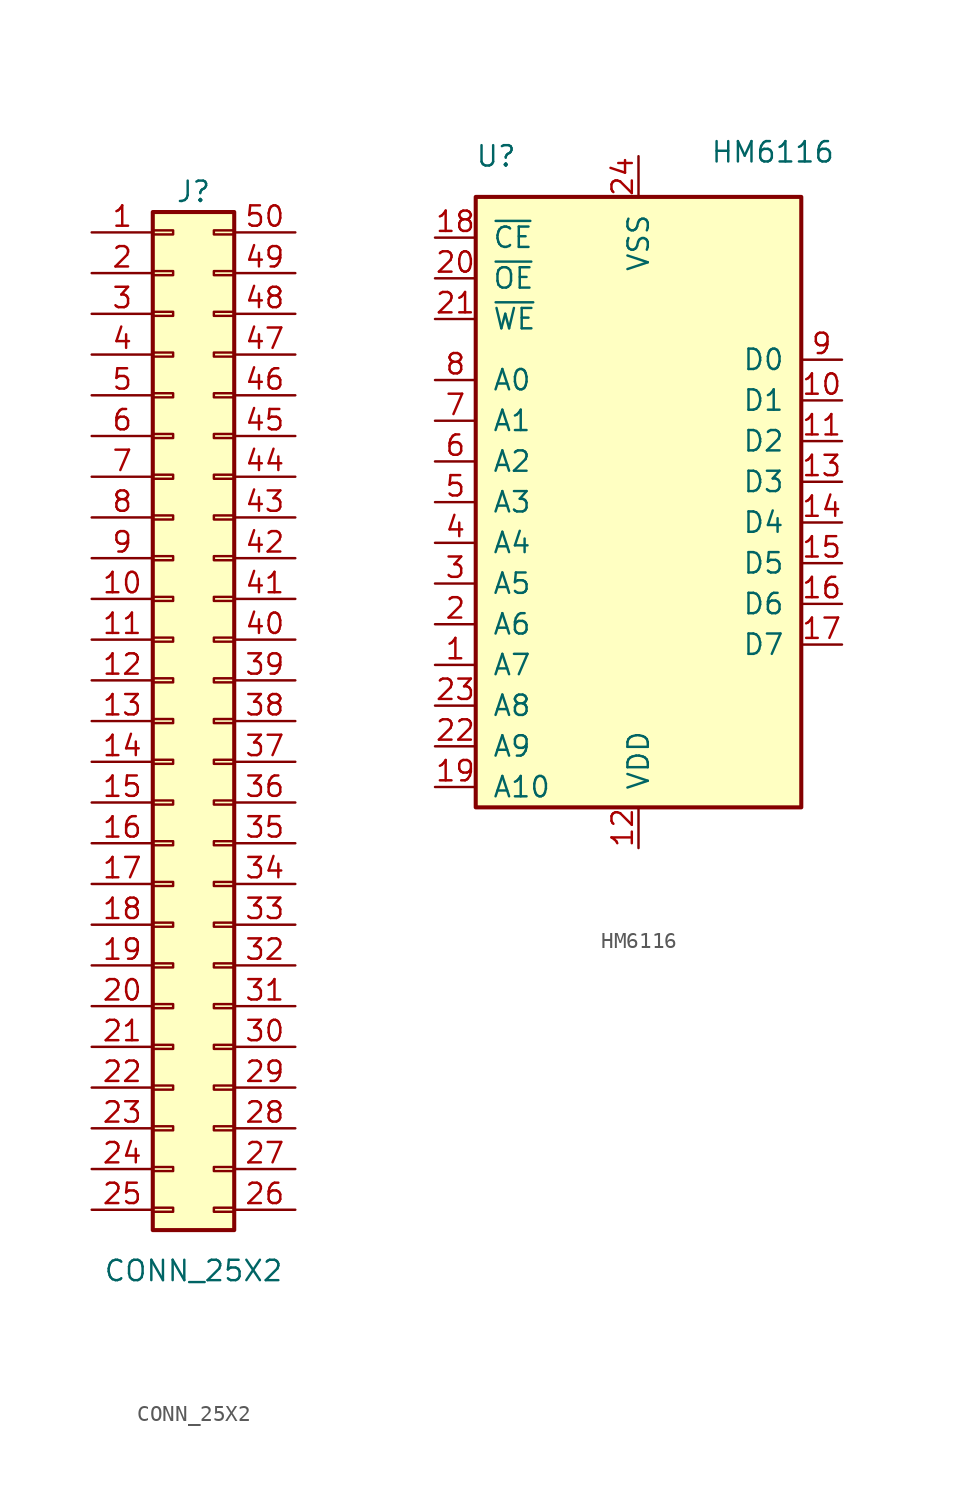
<source format=kicad_sym>
(kicad_symbol_lib
  (version 20211014)
  (generator kicad_symbol_editor)
  (symbol "CONN_25X2"
    (pin_names
      (offset 1.016) hide)
    (property "Reference" "J"
      (at 0 33.02 0)
      (effects (font (size 1.27 1.27))))
    (property "Value" "CONN_25X2"
      (at 0 -34.29 0)
      (effects (font (size 1.27 1.27))))
    (symbol "CONN_25X2_1_1"
      (rectangle (start -2.54 -30.353) (end -1.27 -30.607) (stroke (width 0.152) (type default) (color 0 0 0 0)) (fill (type none)))
      (rectangle (start -2.54 -27.813) (end -1.27 -28.067) (stroke (width 0.152) (type default) (color 0 0 0 0)) (fill (type none)))
      (rectangle (start -2.54 -25.273) (end -1.27 -25.527) (stroke (width 0.152) (type default) (color 0 0 0 0)) (fill (type none)))
      (rectangle (start -2.54 -22.733) (end -1.27 -22.987) (stroke (width 0.152) (type default) (color 0 0 0 0)) (fill (type none)))
      (rectangle (start -2.54 -20.193) (end -1.27 -20.447) (stroke (width 0.152) (type default) (color 0 0 0 0)) (fill (type none)))
      (rectangle (start -2.54 -17.653) (end -1.27 -17.907) (stroke (width 0.152) (type default) (color 0 0 0 0)) (fill (type none)))
      (rectangle (start -2.54 -15.113) (end -1.27 -15.367) (stroke (width 0.152) (type default) (color 0 0 0 0)) (fill (type none)))
      (rectangle (start -2.54 -12.573) (end -1.27 -12.827) (stroke (width 0.152) (type default) (color 0 0 0 0)) (fill (type none)))
      (rectangle (start -2.54 -10.033) (end -1.27 -10.287) (stroke (width 0.152) (type default) (color 0 0 0 0)) (fill (type none)))
      (rectangle (start -2.54 -7.493) (end -1.27 -7.747) (stroke (width 0.152) (type default) (color 0 0 0 0)) (fill (type none)))
      (rectangle (start -2.54 -4.953) (end -1.27 -5.207) (stroke (width 0.152) (type default) (color 0 0 0 0)) (fill (type none)))
      (rectangle (start -2.54 -2.413) (end -1.27 -2.667) (stroke (width 0.152) (type default) (color 0 0 0 0)) (fill (type none)))
      (rectangle (start -2.54 0.127) (end -1.27 -0.127) (stroke (width 0.152) (type default) (color 0 0 0 0)) (fill (type none)))
      (rectangle (start -2.54 2.667) (end -1.27 2.413) (stroke (width 0.152) (type default) (color 0 0 0 0)) (fill (type none)))
      (rectangle (start -2.54 5.207) (end -1.27 4.953) (stroke (width 0.152) (type default) (color 0 0 0 0)) (fill (type none)))
      (rectangle (start -2.54 7.747) (end -1.27 7.493) (stroke (width 0.152) (type default) (color 0 0 0 0)) (fill (type none)))
      (rectangle (start -2.54 10.287) (end -1.27 10.033) (stroke (width 0.152) (type default) (color 0 0 0 0)) (fill (type none)))
      (rectangle (start -2.54 12.827) (end -1.27 12.573) (stroke (width 0.152) (type default) (color 0 0 0 0)) (fill (type none)))
      (rectangle (start -2.54 15.367) (end -1.27 15.113) (stroke (width 0.152) (type default) (color 0 0 0 0)) (fill (type none)))
      (rectangle (start -2.54 17.907) (end -1.27 17.653) (stroke (width 0.152) (type default) (color 0 0 0 0)) (fill (type none)))
      (rectangle (start -2.54 20.447) (end -1.27 20.193) (stroke (width 0.152) (type default) (color 0 0 0 0)) (fill (type none)))
      (rectangle (start -2.54 22.987) (end -1.27 22.733) (stroke (width 0.152) (type default) (color 0 0 0 0)) (fill (type none)))
      (rectangle (start -2.54 25.527) (end -1.27 25.273) (stroke (width 0.152) (type default) (color 0 0 0 0)) (fill (type none)))
      (rectangle (start -2.54 28.067) (end -1.27 27.813) (stroke (width 0.152) (type default) (color 0 0 0 0)) (fill (type none)))
      (rectangle (start -2.54 30.607) (end -1.27 30.353) (stroke (width 0.152) (type default) (color 0 0 0 0)) (fill (type none)))
      (rectangle (start -2.54 31.75) (end 2.54 -31.75) (stroke (width 0.254) (type default) (color 0 0 0 0)) (fill (type background)))
      (rectangle (start 2.54 -30.353) (end 1.27 -30.607) (stroke (width 0.152) (type default) (color 0 0 0 0)) (fill (type none)))
      (rectangle (start 2.54 -27.813) (end 1.27 -28.067) (stroke (width 0.152) (type default) (color 0 0 0 0)) (fill (type none)))
      (rectangle (start 2.54 -25.273) (end 1.27 -25.527) (stroke (width 0.152) (type default) (color 0 0 0 0)) (fill (type none)))
      (rectangle (start 2.54 -22.733) (end 1.27 -22.987) (stroke (width 0.152) (type default) (color 0 0 0 0)) (fill (type none)))
      (rectangle (start 2.54 -20.193) (end 1.27 -20.447) (stroke (width 0.152) (type default) (color 0 0 0 0)) (fill (type none)))
      (rectangle (start 2.54 -17.653) (end 1.27 -17.907) (stroke (width 0.152) (type default) (color 0 0 0 0)) (fill (type none)))
      (rectangle (start 2.54 -15.113) (end 1.27 -15.367) (stroke (width 0.152) (type default) (color 0 0 0 0)) (fill (type none)))
      (rectangle (start 2.54 -12.573) (end 1.27 -12.827) (stroke (width 0.152) (type default) (color 0 0 0 0)) (fill (type none)))
      (rectangle (start 2.54 -10.033) (end 1.27 -10.287) (stroke (width 0.152) (type default) (color 0 0 0 0)) (fill (type none)))
      (rectangle (start 2.54 -7.493) (end 1.27 -7.747) (stroke (width 0.152) (type default) (color 0 0 0 0)) (fill (type none)))
      (rectangle (start 2.54 -4.953) (end 1.27 -5.207) (stroke (width 0.152) (type default) (color 0 0 0 0)) (fill (type none)))
      (rectangle (start 2.54 -2.413) (end 1.27 -2.667) (stroke (width 0.152) (type default) (color 0 0 0 0)) (fill (type none)))
      (rectangle (start 2.54 0.127) (end 1.27 -0.127) (stroke (width 0.152) (type default) (color 0 0 0 0)) (fill (type none)))
      (rectangle (start 2.54 2.667) (end 1.27 2.413) (stroke (width 0.152) (type default) (color 0 0 0 0)) (fill (type none)))
      (rectangle (start 2.54 5.207) (end 1.27 4.953) (stroke (width 0.152) (type default) (color 0 0 0 0)) (fill (type none)))
      (rectangle (start 2.54 7.747) (end 1.27 7.493) (stroke (width 0.152) (type default) (color 0 0 0 0)) (fill (type none)))
      (rectangle (start 2.54 10.287) (end 1.27 10.033) (stroke (width 0.152) (type default) (color 0 0 0 0)) (fill (type none)))
      (rectangle (start 2.54 12.827) (end 1.27 12.573) (stroke (width 0.152) (type default) (color 0 0 0 0)) (fill (type none)))
      (rectangle (start 2.54 15.367) (end 1.27 15.113) (stroke (width 0.152) (type default) (color 0 0 0 0)) (fill (type none)))
      (rectangle (start 2.54 17.907) (end 1.27 17.653) (stroke (width 0.152) (type default) (color 0 0 0 0)) (fill (type none)))
      (rectangle (start 2.54 20.447) (end 1.27 20.193) (stroke (width 0.152) (type default) (color 0 0 0 0)) (fill (type none)))
      (rectangle (start 2.54 22.987) (end 1.27 22.733) (stroke (width 0.152) (type default) (color 0 0 0 0)) (fill (type none)))
      (rectangle (start 2.54 25.527) (end 1.27 25.273) (stroke (width 0.152) (type default) (color 0 0 0 0)) (fill (type none)))
      (rectangle (start 2.54 28.067) (end 1.27 27.813) (stroke (width 0.152) (type default) (color 0 0 0 0)) (fill (type none)))
      (rectangle (start 2.54 30.607) (end 1.27 30.353) (stroke (width 0.152) (type default) (color 0 0 0 0)) (fill (type none)))
      (pin passive line (at -6.35 30.48 0) (length 3.81) (name "~" (effects (font (size 1.27 1.27)))) (number "1" (effects (font (size 1.27 1.27)))))
      (pin passive line (at -6.35 7.62 0) (length 3.81) (name "~" (effects (font (size 1.27 1.27)))) (number "10" (effects (font (size 1.27 1.27)))))
      (pin passive line (at -6.35 5.08 0) (length 3.81) (name "~" (effects (font (size 1.27 1.27)))) (number "11" (effects (font (size 1.27 1.27)))))
      (pin passive line (at -6.35 2.54 0) (length 3.81) (name "~" (effects (font (size 1.27 1.27)))) (number "12" (effects (font (size 1.27 1.27)))))
      (pin passive line (at -6.35 0 0) (length 3.81) (name "~" (effects (font (size 1.27 1.27)))) (number "13" (effects (font (size 1.27 1.27)))))
      (pin passive line (at -6.35 -2.54 0) (length 3.81) (name "~" (effects (font (size 1.27 1.27)))) (number "14" (effects (font (size 1.27 1.27)))))
      (pin passive line (at -6.35 -5.08 0) (length 3.81) (name "~" (effects (font (size 1.27 1.27)))) (number "15" (effects (font (size 1.27 1.27)))))
      (pin passive line (at -6.35 -7.62 0) (length 3.81) (name "~" (effects (font (size 1.27 1.27)))) (number "16" (effects (font (size 1.27 1.27)))))
      (pin passive line (at -6.35 -10.16 0) (length 3.81) (name "~" (effects (font (size 1.27 1.27)))) (number "17" (effects (font (size 1.27 1.27)))))
      (pin passive line (at -6.35 -12.7 0) (length 3.81) (name "~" (effects (font (size 1.27 1.27)))) (number "18" (effects (font (size 1.27 1.27)))))
      (pin passive line (at -6.35 -15.24 0) (length 3.81) (name "~" (effects (font (size 1.27 1.27)))) (number "19" (effects (font (size 1.27 1.27)))))
      (pin passive line (at -6.35 27.94 0) (length 3.81) (name "~" (effects (font (size 1.27 1.27)))) (number "2" (effects (font (size 1.27 1.27)))))
      (pin passive line (at -6.35 -17.78 0) (length 3.81) (name "~" (effects (font (size 1.27 1.27)))) (number "20" (effects (font (size 1.27 1.27)))))
      (pin passive line (at -6.35 -20.32 0) (length 3.81) (name "~" (effects (font (size 1.27 1.27)))) (number "21" (effects (font (size 1.27 1.27)))))
      (pin passive line (at -6.35 -22.86 0) (length 3.81) (name "~" (effects (font (size 1.27 1.27)))) (number "22" (effects (font (size 1.27 1.27)))))
      (pin passive line (at -6.35 -25.4 0) (length 3.81) (name "~" (effects (font (size 1.27 1.27)))) (number "23" (effects (font (size 1.27 1.27)))))
      (pin passive line (at -6.35 -27.94 0) (length 3.81) (name "~" (effects (font (size 1.27 1.27)))) (number "24" (effects (font (size 1.27 1.27)))))
      (pin passive line (at -6.35 -30.48 0) (length 3.81) (name "~" (effects (font (size 1.27 1.27)))) (number "25" (effects (font (size 1.27 1.27)))))
      (pin passive line (at 6.35 -30.48 180) (length 3.81) (name "~" (effects (font (size 1.27 1.27)))) (number "26" (effects (font (size 1.27 1.27)))))
      (pin passive line (at 6.35 -27.94 180) (length 3.81) (name "~" (effects (font (size 1.27 1.27)))) (number "27" (effects (font (size 1.27 1.27)))))
      (pin passive line (at 6.35 -25.4 180) (length 3.81) (name "~" (effects (font (size 1.27 1.27)))) (number "28" (effects (font (size 1.27 1.27)))))
      (pin passive line (at 6.35 -22.86 180) (length 3.81) (name "~" (effects (font (size 1.27 1.27)))) (number "29" (effects (font (size 1.27 1.27)))))
      (pin passive line (at -6.35 25.4 0) (length 3.81) (name "~" (effects (font (size 1.27 1.27)))) (number "3" (effects (font (size 1.27 1.27)))))
      (pin passive line (at 6.35 -20.32 180) (length 3.81) (name "~" (effects (font (size 1.27 1.27)))) (number "30" (effects (font (size 1.27 1.27)))))
      (pin passive line (at 6.35 -17.78 180) (length 3.81) (name "~" (effects (font (size 1.27 1.27)))) (number "31" (effects (font (size 1.27 1.27)))))
      (pin passive line (at 6.35 -15.24 180) (length 3.81) (name "~" (effects (font (size 1.27 1.27)))) (number "32" (effects (font (size 1.27 1.27)))))
      (pin passive line (at 6.35 -12.7 180) (length 3.81) (name "~" (effects (font (size 1.27 1.27)))) (number "33" (effects (font (size 1.27 1.27)))))
      (pin passive line (at 6.35 -10.16 180) (length 3.81) (name "~" (effects (font (size 1.27 1.27)))) (number "34" (effects (font (size 1.27 1.27)))))
      (pin passive line (at 6.35 -7.62 180) (length 3.81) (name "~" (effects (font (size 1.27 1.27)))) (number "35" (effects (font (size 1.27 1.27)))))
      (pin passive line (at 6.35 -5.08 180) (length 3.81) (name "~" (effects (font (size 1.27 1.27)))) (number "36" (effects (font (size 1.27 1.27)))))
      (pin passive line (at 6.35 -2.54 180) (length 3.81) (name "~" (effects (font (size 1.27 1.27)))) (number "37" (effects (font (size 1.27 1.27)))))
      (pin passive line (at 6.35 0 180) (length 3.81) (name "~" (effects (font (size 1.27 1.27)))) (number "38" (effects (font (size 1.27 1.27)))))
      (pin passive line (at 6.35 2.54 180) (length 3.81) (name "~" (effects (font (size 1.27 1.27)))) (number "39" (effects (font (size 1.27 1.27)))))
      (pin passive line (at -6.35 22.86 0) (length 3.81) (name "~" (effects (font (size 1.27 1.27)))) (number "4" (effects (font (size 1.27 1.27)))))
      (pin passive line (at 6.35 5.08 180) (length 3.81) (name "~" (effects (font (size 1.27 1.27)))) (number "40" (effects (font (size 1.27 1.27)))))
      (pin passive line (at 6.35 7.62 180) (length 3.81) (name "~" (effects (font (size 1.27 1.27)))) (number "41" (effects (font (size 1.27 1.27)))))
      (pin passive line (at 6.35 10.16 180) (length 3.81) (name "~" (effects (font (size 1.27 1.27)))) (number "42" (effects (font (size 1.27 1.27)))))
      (pin passive line (at 6.35 12.7 180) (length 3.81) (name "~" (effects (font (size 1.27 1.27)))) (number "43" (effects (font (size 1.27 1.27)))))
      (pin passive line (at 6.35 15.24 180) (length 3.81) (name "~" (effects (font (size 1.27 1.27)))) (number "44" (effects (font (size 1.27 1.27)))))
      (pin passive line (at 6.35 17.78 180) (length 3.81) (name "~" (effects (font (size 1.27 1.27)))) (number "45" (effects (font (size 1.27 1.27)))))
      (pin passive line (at 6.35 20.32 180) (length 3.81) (name "~" (effects (font (size 1.27 1.27)))) (number "46" (effects (font (size 1.27 1.27)))))
      (pin passive line (at 6.35 22.86 180) (length 3.81) (name "~" (effects (font (size 1.27 1.27)))) (number "47" (effects (font (size 1.27 1.27)))))
      (pin passive line (at 6.35 25.4 180) (length 3.81) (name "~" (effects (font (size 1.27 1.27)))) (number "48" (effects (font (size 1.27 1.27)))))
      (pin passive line (at 6.35 27.94 180) (length 3.81) (name "~" (effects (font (size 1.27 1.27)))) (number "49" (effects (font (size 1.27 1.27)))))
      (pin passive line (at -6.35 20.32 0) (length 3.81) (name "~" (effects (font (size 1.27 1.27)))) (number "5" (effects (font (size 1.27 1.27)))))
      (pin passive line (at 6.35 30.48 180) (length 3.81) (name "~" (effects (font (size 1.27 1.27)))) (number "50" (effects (font (size 1.27 1.27)))))
      (pin passive line (at -6.35 17.78 0) (length 3.81) (name "~" (effects (font (size 1.27 1.27)))) (number "6" (effects (font (size 1.27 1.27)))))
      (pin passive line (at -6.35 15.24 0) (length 3.81) (name "~" (effects (font (size 1.27 1.27)))) (number "7" (effects (font (size 1.27 1.27)))))
      (pin passive line (at -6.35 12.7 0) (length 3.81) (name "~" (effects (font (size 1.27 1.27)))) (number "8" (effects (font (size 1.27 1.27)))))
      (pin passive line (at -6.35 10.16 0) (length 3.81) (name "~" (effects (font (size 1.27 1.27)))) (number "9" (effects (font (size 1.27 1.27)))))))
  (symbol "HM6116"
    (pin_names
      (offset 1.016))
    (property "Reference" "U"
      (at -8.89 21.59 0)
      (effects (font (size 1.27 1.27))))
    (property "Value" "HM6116"
      (at 8.382 21.844 0)
      (effects (font (size 1.27 1.27))))
    (symbol "HM6116_0_1"
      (rectangle (start -10.16 19.05) (end 10.16 -19.05) (stroke (width 0.254) (type default) (color 0 0 0 0)) (fill (type background))))
    (symbol "HM6116_1_1"
      (pin input line (at -12.7 -10.16 0) (length 2.54) (name "A7" (effects (font (size 1.27 1.27)))) (number "1" (effects (font (size 1.27 1.27)))))
      (pin tri_state line (at 12.7 6.35 180) (length 2.54) (name "D1" (effects (font (size 1.27 1.27)))) (number "10" (effects (font (size 1.27 1.27)))))
      (pin tri_state line (at 12.7 3.81 180) (length 2.54) (name "D2" (effects (font (size 1.27 1.27)))) (number "11" (effects (font (size 1.27 1.27)))))
      (pin power_in line (at 0 -21.59 90) (length 2.54) (name "VDD" (effects (font (size 1.27 1.27)))) (number "12" (effects (font (size 1.27 1.27)))))
      (pin tri_state line (at 12.7 1.27 180) (length 2.54) (name "D3" (effects (font (size 1.27 1.27)))) (number "13" (effects (font (size 1.27 1.27)))))
      (pin tri_state line (at 12.7 -1.27 180) (length 2.54) (name "D4" (effects (font (size 1.27 1.27)))) (number "14" (effects (font (size 1.27 1.27)))))
      (pin tri_state line (at 12.7 -3.81 180) (length 2.54) (name "D5" (effects (font (size 1.27 1.27)))) (number "15" (effects (font (size 1.27 1.27)))))
      (pin tri_state line (at 12.7 -6.35 180) (length 2.54) (name "D6" (effects (font (size 1.27 1.27)))) (number "16" (effects (font (size 1.27 1.27)))))
      (pin tri_state line (at 12.7 -8.89 180) (length 2.54) (name "D7" (effects (font (size 1.27 1.27)))) (number "17" (effects (font (size 1.27 1.27)))))
      (pin input line (at -12.7 16.51 0) (length 2.54) (name "~{CE}" (effects (font (size 1.27 1.27)))) (number "18" (effects (font (size 1.27 1.27)))))
      (pin input line (at -12.7 -17.78 0) (length 2.54) (name "A10" (effects (font (size 1.27 1.27)))) (number "19" (effects (font (size 1.27 1.27)))))
      (pin input line (at -12.7 -7.62 0) (length 2.54) (name "A6" (effects (font (size 1.27 1.27)))) (number "2" (effects (font (size 1.27 1.27)))))
      (pin input line (at -12.7 13.97 0) (length 2.54) (name "~{OE}" (effects (font (size 1.27 1.27)))) (number "20" (effects (font (size 1.27 1.27)))))
      (pin input line (at -12.7 11.43 0) (length 2.54) (name "~{WE}" (effects (font (size 1.27 1.27)))) (number "21" (effects (font (size 1.27 1.27)))))
      (pin input line (at -12.7 -15.24 0) (length 2.54) (name "A9" (effects (font (size 1.27 1.27)))) (number "22" (effects (font (size 1.27 1.27)))))
      (pin input line (at -12.7 -12.7 0) (length 2.54) (name "A8" (effects (font (size 1.27 1.27)))) (number "23" (effects (font (size 1.27 1.27)))))
      (pin power_in line (at 0 21.59 270) (length 2.54) (name "VSS" (effects (font (size 1.27 1.27)))) (number "24" (effects (font (size 1.27 1.27)))))
      (pin input line (at -12.7 -5.08 0) (length 2.54) (name "A5" (effects (font (size 1.27 1.27)))) (number "3" (effects (font (size 1.27 1.27)))))
      (pin input line (at -12.7 -2.54 0) (length 2.54) (name "A4" (effects (font (size 1.27 1.27)))) (number "4" (effects (font (size 1.27 1.27)))))
      (pin input line (at -12.7 0 0) (length 2.54) (name "A3" (effects (font (size 1.27 1.27)))) (number "5" (effects (font (size 1.27 1.27)))))
      (pin input line (at -12.7 2.54 0) (length 2.54) (name "A2" (effects (font (size 1.27 1.27)))) (number "6" (effects (font (size 1.27 1.27)))))
      (pin input line (at -12.7 5.08 0) (length 2.54) (name "A1" (effects (font (size 1.27 1.27)))) (number "7" (effects (font (size 1.27 1.27)))))
      (pin input line (at -12.7 7.62 0) (length 2.54) (name "A0" (effects (font (size 1.27 1.27)))) (number "8" (effects (font (size 1.27 1.27)))))
      (pin tri_state line (at 12.7 8.89 180) (length 2.54) (name "D0" (effects (font (size 1.27 1.27)))) (number "9" (effects (font (size 1.27 1.27))))))))
</source>
